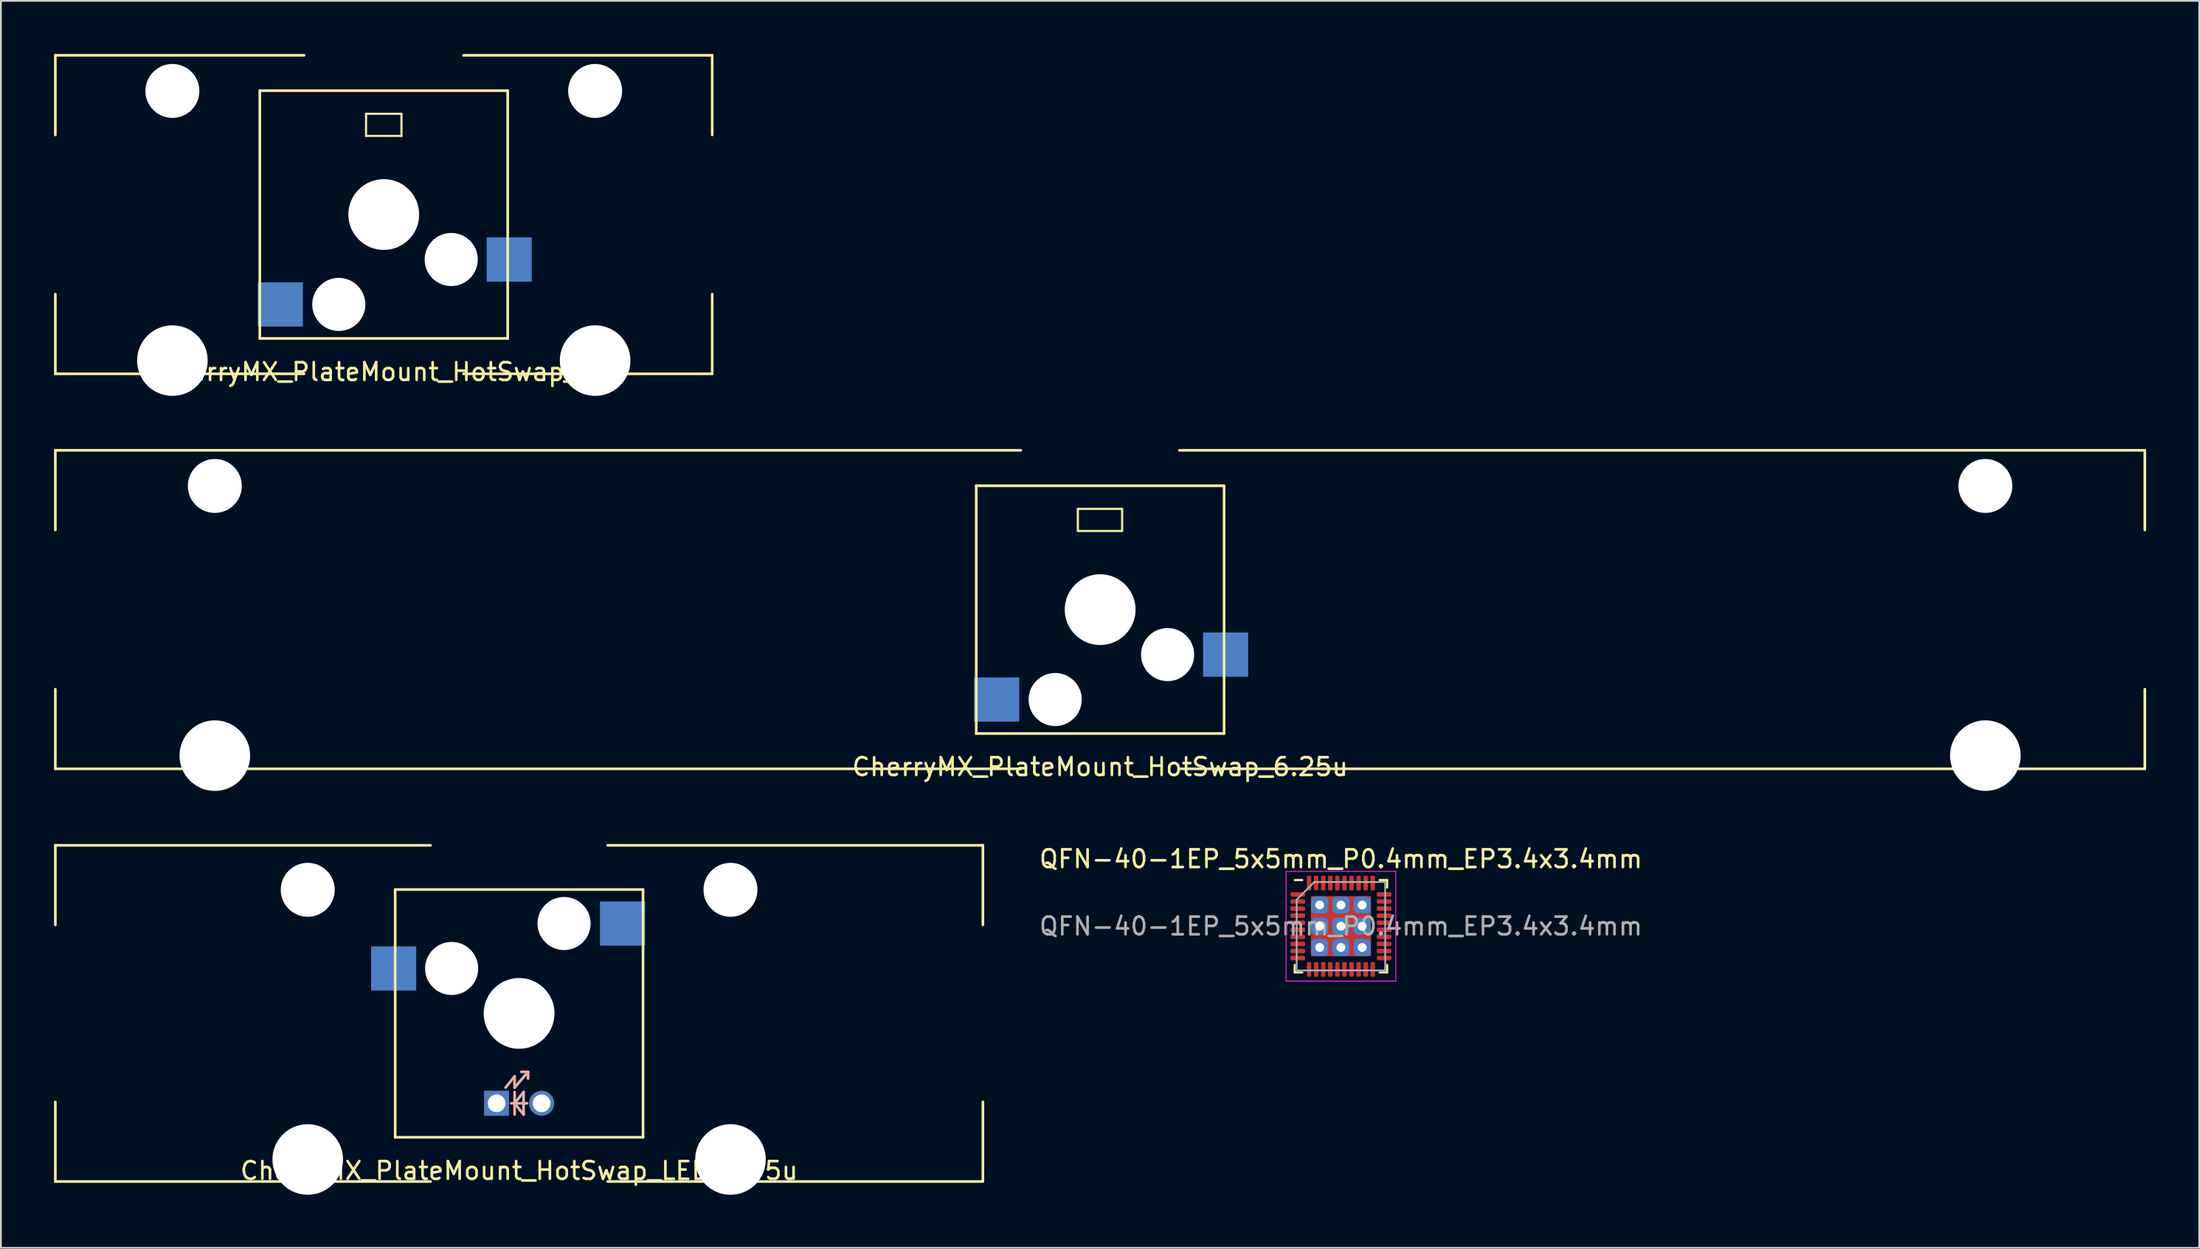
<source format=kicad_pcb>
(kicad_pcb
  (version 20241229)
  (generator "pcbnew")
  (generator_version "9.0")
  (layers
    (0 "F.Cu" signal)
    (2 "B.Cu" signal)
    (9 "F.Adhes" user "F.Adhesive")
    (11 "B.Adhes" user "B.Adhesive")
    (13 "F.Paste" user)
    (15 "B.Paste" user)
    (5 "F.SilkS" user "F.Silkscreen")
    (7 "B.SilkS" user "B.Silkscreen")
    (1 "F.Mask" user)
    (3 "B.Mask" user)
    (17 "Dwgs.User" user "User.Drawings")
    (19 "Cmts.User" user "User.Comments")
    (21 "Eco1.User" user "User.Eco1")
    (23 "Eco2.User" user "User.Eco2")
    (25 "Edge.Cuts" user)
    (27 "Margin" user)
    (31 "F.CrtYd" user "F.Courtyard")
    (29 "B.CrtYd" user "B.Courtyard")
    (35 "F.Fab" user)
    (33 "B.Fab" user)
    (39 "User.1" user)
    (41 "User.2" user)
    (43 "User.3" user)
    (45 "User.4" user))
  (footprint "CherryMX_PlateMount_HotSwap_6.25u"
    (layer "F.Cu")
    (at 59.083 31.399)
    (property "Reference" "CherryMX_PlateMount_HotSwap_6.25u" (at 0 8.89 0) (layer "F.SilkS") (effects (font (size 1 1) (thickness 0.15))))
    (attr through_hole)
    (fp_line (start -59.008 -9) (end -59.008 -4.5) (stroke (width 0.15) (type solid)) (layer "F.SilkS"))
    (fp_line (start -59.008 -9) (end -4.476 -9) (stroke (width 0.15) (type solid)) (layer "F.SilkS"))
    (fp_line (start -59.008 4.5) (end -59.008 9) (stroke (width 0.15) (type solid)) (layer "F.SilkS"))
    (fp_line (start -59.008 9) (end -4.476 9) (stroke (width 0.15) (type solid)) (layer "F.SilkS"))
    (fp_line (start -6.996 -6.995) (end 7.004 -6.995) (stroke (width 0.15) (type solid)) (layer "F.SilkS"))
    (fp_line (start -6.996 7.005) (end -6.996 -6.995) (stroke (width 0.15) (type solid)) (layer "F.SilkS"))
    (fp_line (start -1.255 -5.69) (end -1.255 -4.44) (stroke (width 0.12) (type solid)) (layer "F.SilkS"))
    (fp_line (start 1.245 -5.69) (end -1.255 -5.69) (stroke (width 0.12) (type solid)) (layer "F.SilkS"))
    (fp_line (start 1.245 -4.44) (end -1.255 -4.44) (stroke (width 0.12) (type solid)) (layer "F.SilkS"))
    (fp_line (start 1.245 -4.44) (end 1.245 -5.69) (stroke (width 0.12) (type solid)) (layer "F.SilkS"))
    (fp_line (start 4.476 -9) (end 59.008 -9) (stroke (width 0.15) (type solid)) (layer "F.SilkS"))
    (fp_line (start 4.476 9) (end 59.008 9) (stroke (width 0.15) (type solid)) (layer "F.SilkS"))
    (fp_line (start 7.004 -6.995) (end 7.004 7.005) (stroke (width 0.15) (type solid)) (layer "F.SilkS"))
    (fp_line (start 7.004 7.005) (end -6.996 7.005) (stroke (width 0.15) (type solid)) (layer "F.SilkS"))
    (fp_line (start 59.008 -4.5) (end 59.008 -9) (stroke (width 0.15) (type solid)) (layer "F.SilkS"))
    (fp_line (start 59.008 4.5) (end 59.008 9) (stroke (width 0.15) (type solid)) (layer "F.SilkS"))
    (pad "" np_thru_hole circle (at -50 -6.985) (size 3.048 3.048) (drill 3.048) (layers "*.Cu" "*.Mask"))
    (pad "" np_thru_hole circle (at -50 8.255) (size 3.988 3.988) (drill 3.988) (layers "*.Cu" "*.Mask"))
    (pad "" np_thru_hole circle (at -2.536 5.085 180) (size 3 3) (drill 3) (layers "*.Cu" "*.Mask"))
    (pad "" np_thru_hole circle (at 0.004 0.005 180) (size 4 4) (drill 4) (layers "*.Cu" "*.Mask"))
    (pad "" np_thru_hole circle (at 3.814 2.545 180) (size 3 3) (drill 3) (layers "*.Cu" "*.Mask"))
    (pad "" np_thru_hole circle (at 50 -6.985) (size 3.048 3.048) (drill 3.048) (layers "*.Cu" "*.Mask"))
    (pad "" np_thru_hole circle (at 50 8.255) (size 3.988 3.988) (drill 3.988) (layers "*.Cu" "*.Mask"))
    (pad "1" smd rect (at 7.089 2.545 180) (size 2.55 2.5) (layers "B.Cu" "B.Mask" "B.Paste"))
    (pad "2" smd rect (at -5.838 5.085 180) (size 2.55 2.5) (layers "B.Cu" "B.Mask" "B.Paste")))
  (footprint "CherryMX_PlateMount_HotSwap_2u"
    (layer "F.Cu")
    (at 18.625 9.075)
    (property "Reference" "CherryMX_PlateMount_HotSwap_2u" (at 0 8.89 0) (layer "F.SilkS") (effects (font (size 1 1) (thickness 0.15))))
    (attr through_hole)
    (fp_line (start -18.55 -9) (end -18.55 -4.5) (stroke (width 0.15) (type solid)) (layer "F.SilkS"))
    (fp_line (start -18.55 -9) (end -4.5 -9) (stroke (width 0.15) (type solid)) (layer "F.SilkS"))
    (fp_line (start -18.55 4.5) (end -18.55 9) (stroke (width 0.15) (type solid)) (layer "F.SilkS"))
    (fp_line (start -18.55 9) (end -4.5 9) (stroke (width 0.15) (type solid)) (layer "F.SilkS"))
    (fp_line (start -7 -7) (end 7 -7) (stroke (width 0.15) (type solid)) (layer "F.SilkS"))
    (fp_line (start -7 7) (end -7 -7) (stroke (width 0.15) (type solid)) (layer "F.SilkS"))
    (fp_line (start -1 -5.695) (end -1 -4.445) (stroke (width 0.12) (type solid)) (layer "F.SilkS"))
    (fp_line (start 1 -5.695) (end -1 -5.695) (stroke (width 0.12) (type solid)) (layer "F.SilkS"))
    (fp_line (start 1 -4.445) (end -1 -4.445) (stroke (width 0.12) (type solid)) (layer "F.SilkS"))
    (fp_line (start 1 -4.445) (end 1 -5.695) (stroke (width 0.12) (type solid)) (layer "F.SilkS"))
    (fp_line (start 4.5 -9) (end 18.55 -9) (stroke (width 0.15) (type solid)) (layer "F.SilkS"))
    (fp_line (start 4.5 9) (end 18.55 9) (stroke (width 0.15) (type solid)) (layer "F.SilkS"))
    (fp_line (start 7 -7) (end 7 7) (stroke (width 0.15) (type solid)) (layer "F.SilkS"))
    (fp_line (start 7 7) (end -7 7) (stroke (width 0.15) (type solid)) (layer "F.SilkS"))
    (fp_line (start 18.55 -4.5) (end 18.55 -9) (stroke (width 0.15) (type solid)) (layer "F.SilkS"))
    (fp_line (start 18.55 4.5) (end 18.55 9) (stroke (width 0.15) (type solid)) (layer "F.SilkS"))
    (pad "" np_thru_hole circle (at -11.938 -6.985) (size 3.048 3.048) (drill 3.048) (layers "*.Cu" "*.Mask"))
    (pad "" np_thru_hole circle (at -11.938 8.255) (size 3.988 3.988) (drill 3.988) (layers "*.Cu" "*.Mask"))
    (pad "" np_thru_hole circle (at -2.54 5.08 180) (size 3 3) (drill 3) (layers "*.Cu" "*.Mask"))
    (pad "" np_thru_hole circle (at 0 0 180) (size 4 4) (drill 4) (layers "*.Cu" "*.Mask"))
    (pad "" np_thru_hole circle (at 3.81 2.54 180) (size 3 3) (drill 3) (layers "*.Cu" "*.Mask"))
    (pad "" np_thru_hole circle (at 11.938 -6.985) (size 3.048 3.048) (drill 3.048) (layers "*.Cu" "*.Mask"))
    (pad "" np_thru_hole circle (at 11.938 8.255) (size 3.988 3.988) (drill 3.988) (layers "*.Cu" "*.Mask"))
    (pad "1" smd rect (at 7.085 2.54 180) (size 2.55 2.5) (layers "B.Cu" "B.Mask" "B.Paste"))
    (pad "2" smd rect (at -5.842 5.08 180) (size 2.55 2.5) (layers "B.Cu" "B.Mask" "B.Paste")))
  (footprint "CherryMX_PlateMount_HotSwap_LED_2.75u"
    (layer "F.Cu")
    (at 26.269 54.223)
    (property "Reference" "CherryMX_PlateMount_HotSwap_LED_2.75u" (at 0 8.89 0) (layer "F.SilkS") (effects (font (size 1 1) (thickness 0.15))))
    (attr through_hole)
    (fp_line (start -26.194 -9.5) (end -26.194 -5) (stroke (width 0.15) (type solid)) (layer "F.SilkS"))
    (fp_line (start -26.194 -9.5) (end -5 -9.5) (stroke (width 0.15) (type solid)) (layer "F.SilkS"))
    (fp_line (start -26.194 5) (end -26.194 9.5) (stroke (width 0.15) (type solid)) (layer "F.SilkS"))
    (fp_line (start -26.194 9.5) (end -5 9.5) (stroke (width 0.15) (type solid)) (layer "F.SilkS"))
    (fp_line (start -7 -7) (end 7 -7) (stroke (width 0.15) (type solid)) (layer "F.SilkS"))
    (fp_line (start -7 7) (end -7 -7) (stroke (width 0.15) (type solid)) (layer "F.SilkS"))
    (fp_line (start 5 -9.5) (end 26.194 -9.5) (stroke (width 0.15) (type solid)) (layer "F.SilkS"))
    (fp_line (start 5 9.5) (end 26.194 9.5) (stroke (width 0.15) (type solid)) (layer "F.SilkS"))
    (fp_line (start 7 -7) (end 7 7) (stroke (width 0.15) (type solid)) (layer "F.SilkS"))
    (fp_line (start 7 7) (end -7 7) (stroke (width 0.15) (type solid)) (layer "F.SilkS"))
    (fp_line (start 26.194 -5) (end 26.194 -9.5) (stroke (width 0.15) (type solid)) (layer "F.SilkS"))
    (fp_line (start 26.194 5) (end 26.194 9.5) (stroke (width 0.15) (type solid)) (layer "F.SilkS"))
    (fp_line (start -0.762 4.191) (end -0.254 3.556) (stroke (width 0.15) (type solid)) (layer "B.SilkS"))
    (fp_line (start -0.445 5.08) (end 0.445 5.08) (stroke (width 0.15) (type solid)) (layer "B.SilkS"))
    (fp_line (start -0.254 3.556) (end -0.254 4.191) (stroke (width 0.15) (type solid)) (layer "B.SilkS"))
    (fp_line (start -0.254 4.191) (end 0.508 3.302) (stroke (width 0.15) (type solid)) (layer "B.SilkS"))
    (fp_line (start -0.254 4.445) (end -0.254 5.715) (stroke (width 0.15) (type solid)) (layer "B.SilkS"))
    (fp_line (start -0.254 5.08) (end 0.254 4.445) (stroke (width 0.15) (type solid)) (layer "B.SilkS"))
    (fp_line (start 0.254 5.715) (end -0.254 5.08) (stroke (width 0.15) (type solid)) (layer "B.SilkS"))
    (fp_line (start 0.254 5.715) (end 0.254 4.445) (stroke (width 0.15) (type solid)) (layer "B.SilkS"))
    (fp_line (start 0.508 3.302) (end 0.127 3.302) (stroke (width 0.15) (type solid)) (layer "B.SilkS"))
    (fp_line (start 0.508 3.302) (end 0.508 3.683) (stroke (width 0.15) (type solid)) (layer "B.SilkS"))
    (pad "" np_thru_hole circle (at -11.938 -6.985) (size 3.048 3.048) (drill 3.048) (layers "*.Cu" "*.Mask"))
    (pad "" np_thru_hole circle (at -11.938 8.255) (size 3.988 3.988) (drill 3.988) (layers "*.Cu" "*.Mask"))
    (pad "" np_thru_hole circle (at -3.81 -2.54) (size 3 3) (drill 3) (layers "*.Cu" "*.Mask"))
    (pad "" np_thru_hole circle (at 0 0) (size 4 4) (drill 4) (layers "*.Cu" "*.Mask"))
    (pad "" np_thru_hole circle (at 2.54 -5.08) (size 3 3) (drill 3) (layers "*.Cu" "*.Mask"))
    (pad "" np_thru_hole circle (at 11.938 -6.985) (size 3.048 3.048) (drill 3.048) (layers "*.Cu" "*.Mask"))
    (pad "" np_thru_hole circle (at 11.938 8.255) (size 3.988 3.988) (drill 3.988) (layers "*.Cu" "*.Mask"))
    (pad "1" smd rect (at -7.085 -2.54) (size 2.55 2.5) (layers "B.Cu" "B.Mask" "B.Paste"))
    (pad "2" smd rect (at 5.842 -5.08) (size 2.55 2.5) (layers "B.Cu" "B.Mask" "B.Paste"))
    (pad "3" thru_hole rect (at -1.27 5.08) (size 1.406 1.406) (drill 1) (layers "*.Cu" "*.Mask"))
    (pad "4" thru_hole circle (at 1.27 5.08) (size 1.406 1.406) (drill 1) (layers "*.Cu" "*.Mask")))
  (footprint "QFN-40-1EP_5x5mm_P0.4mm_EP3.4x3.4mm"
    (layer "F.Cu")
    (at 72.686 49.296)
    (property "Reference" "QFN-40-1EP_5x5mm_P0.4mm_EP3.4x3.4mm" (at 0 -3.8 0) (layer "F.SilkS") (effects (font (size 1 1) (thickness 0.15))))
    (attr smd)
    (fp_line (start -2.61 2.61) (end -2.61 2.185) (stroke (width 0.12) (type solid)) (layer "F.SilkS"))
    (fp_line (start -2.185 -2.61) (end -2.61 -2.61) (stroke (width 0.12) (type solid)) (layer "F.SilkS"))
    (fp_line (start -2.185 2.61) (end -2.61 2.61) (stroke (width 0.12) (type solid)) (layer "F.SilkS"))
    (fp_line (start 2.185 -2.61) (end 2.61 -2.61) (stroke (width 0.12) (type solid)) (layer "F.SilkS"))
    (fp_line (start 2.185 2.61) (end 2.61 2.61) (stroke (width 0.12) (type solid)) (layer "F.SilkS"))
    (fp_line (start 2.61 -2.61) (end 2.61 -2.185) (stroke (width 0.12) (type solid)) (layer "F.SilkS"))
    (fp_line (start 2.61 2.61) (end 2.61 2.185) (stroke (width 0.12) (type solid)) (layer "F.SilkS"))
    (fp_line (start -3.1 -3.1) (end -3.1 3.1) (stroke (width 0.05) (type solid)) (layer "F.CrtYd"))
    (fp_line (start -3.1 3.1) (end 3.1 3.1) (stroke (width 0.05) (type solid)) (layer "F.CrtYd"))
    (fp_line (start 3.1 -3.1) (end -3.1 -3.1) (stroke (width 0.05) (type solid)) (layer "F.CrtYd"))
    (fp_line (start 3.1 3.1) (end 3.1 -3.1) (stroke (width 0.05) (type solid)) (layer "F.CrtYd"))
    (fp_line (start -2.5 -1.5) (end -1.5 -2.5) (stroke (width 0.1) (type solid)) (layer "F.Fab"))
    (fp_line (start -2.5 2.5) (end -2.5 -1.5) (stroke (width 0.1) (type solid)) (layer "F.Fab"))
    (fp_line (start -1.5 -2.5) (end 2.5 -2.5) (stroke (width 0.1) (type solid)) (layer "F.Fab"))
    (fp_line (start 2.5 -2.5) (end 2.5 2.5) (stroke (width 0.1) (type solid)) (layer "F.Fab"))
    (fp_line (start 2.5 2.5) (end -2.5 2.5) (stroke (width 0.1) (type solid)) (layer "F.Fab"))
    (fp_text user "${REFERENCE}" (at 0 0 0) (layer "F.Fab") (effects (font (size 1 1) (thickness 0.15))))
    (pad "" thru_hole roundrect (at -1.2 -1.2) (size 0.97 0.97) (drill 0.5) (layers "*.Cu" "*.Mask") (roundrect_rratio 0.25))
    (pad "" thru_hole roundrect (at -1.2 0) (size 0.97 0.97) (drill 0.5) (layers "*.Cu" "*.Mask") (roundrect_rratio 0.25))
    (pad "" thru_hole roundrect (at -1.2 1.2) (size 0.97 0.97) (drill 0.5) (layers "*.Cu" "*.Mask") (roundrect_rratio 0.25))
    (pad "" thru_hole roundrect (at 0 -1.2) (size 0.97 0.97) (drill 0.5) (layers "*.Cu" "*.Mask") (roundrect_rratio 0.25))
    (pad "" thru_hole roundrect (at 0 0) (size 0.97 0.97) (drill 0.5) (layers "*.Cu" "*.Mask") (roundrect_rratio 0.25))
    (pad "" thru_hole roundrect (at 0 1.2) (size 0.97 0.97) (drill 0.5) (layers "*.Cu" "*.Mask") (roundrect_rratio 0.25))
    (pad "" thru_hole roundrect (at 1.2 -1.2) (size 0.97 0.97) (drill 0.5) (layers "*.Cu" "*.Mask") (roundrect_rratio 0.25))
    (pad "" thru_hole roundrect (at 1.2 0) (size 0.97 0.97) (drill 0.5) (layers "*.Cu" "*.Mask") (roundrect_rratio 0.25))
    (pad "" thru_hole roundrect (at 1.2 1.2) (size 0.97 0.97) (drill 0.5) (layers "*.Cu" "*.Mask") (roundrect_rratio 0.25))
    (pad "1" smd roundrect (at -2.438 -1.8) (size 0.825 0.25) (layers "F.Cu" "F.Mask" "F.Paste") (roundrect_rratio 0.25))
    (pad "2" smd roundrect (at -2.438 -1.4) (size 0.825 0.25) (layers "F.Cu" "F.Mask" "F.Paste") (roundrect_rratio 0.25))
    (pad "3" smd roundrect (at -2.438 -1) (size 0.825 0.25) (layers "F.Cu" "F.Mask" "F.Paste") (roundrect_rratio 0.25))
    (pad "4" smd roundrect (at -2.438 -0.6) (size 0.825 0.25) (layers "F.Cu" "F.Mask" "F.Paste") (roundrect_rratio 0.25))
    (pad "5" smd roundrect (at -2.438 -0.2) (size 0.825 0.25) (layers "F.Cu" "F.Mask" "F.Paste") (roundrect_rratio 0.25))
    (pad "6" smd roundrect (at -2.438 0.2) (size 0.825 0.25) (layers "F.Cu" "F.Mask" "F.Paste") (roundrect_rratio 0.25))
    (pad "7" smd roundrect (at -2.438 0.6) (size 0.825 0.25) (layers "F.Cu" "F.Mask" "F.Paste") (roundrect_rratio 0.25))
    (pad "8" smd roundrect (at -2.438 1) (size 0.825 0.25) (layers "F.Cu" "F.Mask" "F.Paste") (roundrect_rratio 0.25))
    (pad "9" smd roundrect (at -2.438 1.4) (size 0.825 0.25) (layers "F.Cu" "F.Mask" "F.Paste") (roundrect_rratio 0.25))
    (pad "10" smd roundrect (at -2.438 1.8) (size 0.825 0.25) (layers "F.Cu" "F.Mask" "F.Paste") (roundrect_rratio 0.25))
    (pad "11" smd roundrect (at -1.8 2.438) (size 0.25 0.825) (layers "F.Cu" "F.Mask" "F.Paste") (roundrect_rratio 0.25))
    (pad "12" smd roundrect (at -1.4 2.438) (size 0.25 0.825) (layers "F.Cu" "F.Mask" "F.Paste") (roundrect_rratio 0.25))
    (pad "13" smd roundrect (at -1 2.438) (size 0.25 0.825) (layers "F.Cu" "F.Mask" "F.Paste") (roundrect_rratio 0.25))
    (pad "14" smd roundrect (at -0.6 2.438) (size 0.25 0.825) (layers "F.Cu" "F.Mask" "F.Paste") (roundrect_rratio 0.25))
    (pad "15" smd roundrect (at -0.2 2.438) (size 0.25 0.825) (layers "F.Cu" "F.Mask" "F.Paste") (roundrect_rratio 0.25))
    (pad "16" smd roundrect (at 0.2 2.438) (size 0.25 0.825) (layers "F.Cu" "F.Mask" "F.Paste") (roundrect_rratio 0.25))
    (pad "17" smd roundrect (at 0.6 2.438) (size 0.25 0.825) (layers "F.Cu" "F.Mask" "F.Paste") (roundrect_rratio 0.25))
    (pad "18" smd roundrect (at 1 2.438) (size 0.25 0.825) (layers "F.Cu" "F.Mask" "F.Paste") (roundrect_rratio 0.25))
    (pad "19" smd roundrect (at 1.4 2.438) (size 0.25 0.825) (layers "F.Cu" "F.Mask" "F.Paste") (roundrect_rratio 0.25))
    (pad "20" smd roundrect (at 1.8 2.438) (size 0.25 0.825) (layers "F.Cu" "F.Mask" "F.Paste") (roundrect_rratio 0.25))
    (pad "21" smd roundrect (at 2.438 1.8) (size 0.825 0.25) (layers "F.Cu" "F.Mask" "F.Paste") (roundrect_rratio 0.25))
    (pad "22" smd roundrect (at 2.438 1.4) (size 0.825 0.25) (layers "F.Cu" "F.Mask" "F.Paste") (roundrect_rratio 0.25))
    (pad "23" smd rect (at 0 0) (size 3.4 3.4) (layers "F.Cu" "F.Mask"))
    (pad "23" smd roundrect (at 2.438 1) (size 0.825 0.25) (layers "F.Cu" "F.Mask" "F.Paste") (roundrect_rratio 0.25))
    (pad "24" smd roundrect (at 2.438 0.6) (size 0.825 0.25) (layers "F.Cu" "F.Mask" "F.Paste") (roundrect_rratio 0.25))
    (pad "25" smd roundrect (at 2.438 0.2) (size 0.825 0.25) (layers "F.Cu" "F.Mask" "F.Paste") (roundrect_rratio 0.25))
    (pad "26" smd roundrect (at 2.438 -0.2) (size 0.825 0.25) (layers "F.Cu" "F.Mask" "F.Paste") (roundrect_rratio 0.25))
    (pad "27" smd roundrect (at 2.438 -0.6) (size 0.825 0.25) (layers "F.Cu" "F.Mask" "F.Paste") (roundrect_rratio 0.25))
    (pad "28" smd roundrect (at 2.438 -1) (size 0.825 0.25) (layers "F.Cu" "F.Mask" "F.Paste") (roundrect_rratio 0.25))
    (pad "29" smd roundrect (at 2.438 -1.4) (size 0.825 0.25) (layers "F.Cu" "F.Mask" "F.Paste") (roundrect_rratio 0.25))
    (pad "30" smd roundrect (at 2.438 -1.8) (size 0.825 0.25) (layers "F.Cu" "F.Mask" "F.Paste") (roundrect_rratio 0.25))
    (pad "31" smd roundrect (at 1.8 -2.438) (size 0.25 0.825) (layers "F.Cu" "F.Mask" "F.Paste") (roundrect_rratio 0.25))
    (pad "32" smd roundrect (at 1.4 -2.438) (size 0.25 0.825) (layers "F.Cu" "F.Mask" "F.Paste") (roundrect_rratio 0.25))
    (pad "33" smd roundrect (at 1 -2.438) (size 0.25 0.825) (layers "F.Cu" "F.Mask" "F.Paste") (roundrect_rratio 0.25))
    (pad "34" smd roundrect (at 0.6 -2.438) (size 0.25 0.825) (layers "F.Cu" "F.Mask" "F.Paste") (roundrect_rratio 0.25))
    (pad "35" smd roundrect (at 0.2 -2.438) (size 0.25 0.825) (layers "F.Cu" "F.Mask" "F.Paste") (roundrect_rratio 0.25))
    (pad "36" smd roundrect (at -0.2 -2.438) (size 0.25 0.825) (layers "F.Cu" "F.Mask" "F.Paste") (roundrect_rratio 0.25))
    (pad "37" smd roundrect (at -0.6 -2.438) (size 0.25 0.825) (layers "F.Cu" "F.Mask" "F.Paste") (roundrect_rratio 0.25))
    (pad "38" smd roundrect (at -1 -2.438) (size 0.25 0.825) (layers "F.Cu" "F.Mask" "F.Paste") (roundrect_rratio 0.25))
    (pad "39" smd roundrect (at -1.4 -2.438) (size 0.25 0.825) (layers "F.Cu" "F.Mask" "F.Paste") (roundrect_rratio 0.25))
    (pad "40" smd roundrect (at -1.8 -2.438) (size 0.25 0.825) (layers "F.Cu" "F.Mask" "F.Paste") (roundrect_rratio 0.25)))
  (gr_rect
    (start -3 -3)
    (end 121.165 67.472)
    (stroke (width 0.1) (type default))
    (fill no)
    (layer "Edge.Cuts")))
</source>
